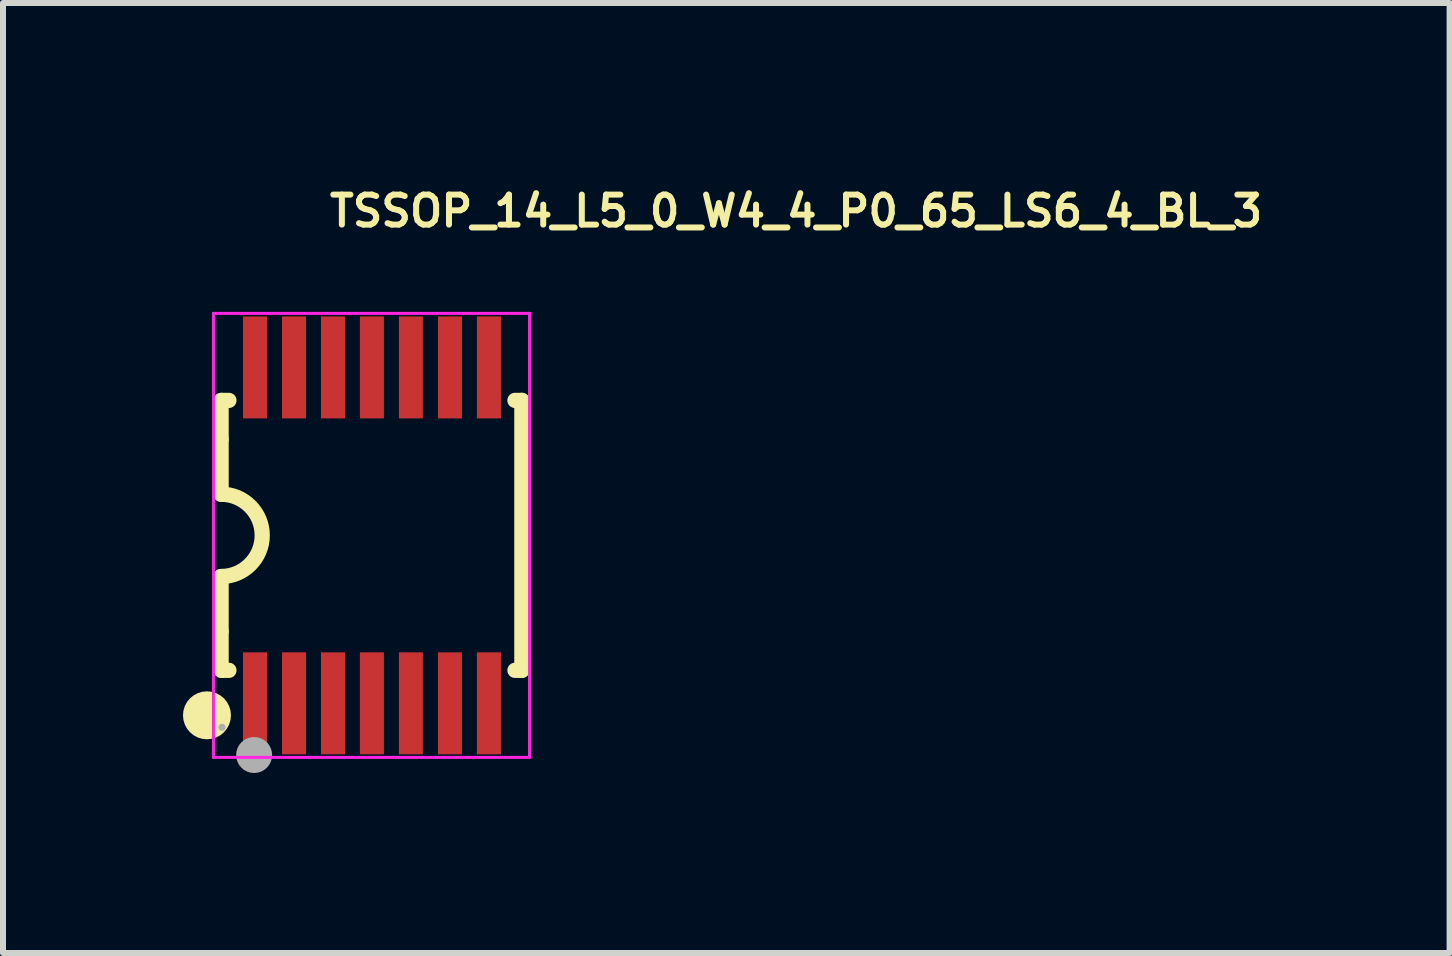
<source format=kicad_pcb>
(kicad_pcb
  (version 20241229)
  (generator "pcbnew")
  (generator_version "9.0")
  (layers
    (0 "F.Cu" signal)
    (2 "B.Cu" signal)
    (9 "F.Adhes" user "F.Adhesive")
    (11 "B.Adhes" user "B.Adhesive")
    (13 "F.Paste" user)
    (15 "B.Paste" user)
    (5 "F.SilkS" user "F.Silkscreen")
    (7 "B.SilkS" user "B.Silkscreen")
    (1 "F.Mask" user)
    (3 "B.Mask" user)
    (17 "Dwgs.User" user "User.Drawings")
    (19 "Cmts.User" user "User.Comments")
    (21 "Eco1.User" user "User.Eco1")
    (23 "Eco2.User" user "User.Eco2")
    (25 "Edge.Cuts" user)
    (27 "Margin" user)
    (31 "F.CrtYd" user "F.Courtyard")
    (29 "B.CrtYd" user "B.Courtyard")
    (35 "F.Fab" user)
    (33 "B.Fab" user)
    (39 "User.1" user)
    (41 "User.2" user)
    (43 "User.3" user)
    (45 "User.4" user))
  (footprint "TSSOP_14_L5_0_W4_4_P0_65_LS6_4_BL_3"
    (layer "F.Cu")
    (at 3.143 5.875)
    (property "Reference" "TSSOP_14_L5_0_W4_4_P0_65_LS6_4_BL_3" (at -0.75 -5.407 0) (layer "F.SilkS") (effects (font (size 0.5 0.5) (thickness 0.1)) (justify left)))
    (fp_line (start -2.507 -1.6) (end -2.507 -2.25) (stroke (width 0.254) (type solid)) (layer "F.SilkS"))
    (fp_line (start -2.507 -0.685) (end -2.507 -1.6) (stroke (width 0.254) (type solid)) (layer "F.SilkS"))
    (fp_line (start -2.507 1.601) (end -2.507 0.686) (stroke (width 0.254) (type solid)) (layer "F.SilkS"))
    (fp_line (start -2.507 1.601) (end -2.507 2.25) (stroke (width 0.254) (type solid)) (layer "F.SilkS"))
    (fp_line (start -2.493 -2.25) (end -2.377 -2.25) (stroke (width 0.254) (type solid)) (layer "F.SilkS"))
    (fp_line (start -2.377 2.25) (end -2.493 2.25) (stroke (width 0.254) (type solid)) (layer "F.SilkS"))
    (fp_line (start 2.392 -2.25) (end 2.507 -2.25) (stroke (width 0.254) (type solid)) (layer "F.SilkS"))
    (fp_line (start 2.507 -2.25) (end 2.507 2.25) (stroke (width 0.254) (type solid)) (layer "F.SilkS"))
    (fp_line (start 2.507 2.25) (end 2.392 2.25) (stroke (width 0.254) (type solid)) (layer "F.SilkS"))
    (fp_arc (start -2.5425 3) (mid -2.9425 3) (end -2.5425 3) (stroke (width 0.4) (type solid)) (layer "F.SilkS"))
    (fp_arc (start -2.5075 -0.686) (mid -1.8215 0) (end -2.5075 0.686) (stroke (width 0.254) (type solid)) (layer "F.SilkS"))
    (fp_line (start -2.635 -3.701) (end -2.635 3.701) (stroke (width 0.05) (type solid)) (layer "F.CrtYd"))
    (fp_line (start -2.635 3.701) (end 2.635 3.701) (stroke (width 0.05) (type solid)) (layer "F.CrtYd"))
    (fp_line (start 2.635 -3.701) (end -2.635 -3.701) (stroke (width 0.05) (type solid)) (layer "F.CrtYd"))
    (fp_line (start 2.635 3.701) (end 2.635 -3.701) (stroke (width 0.05) (type solid)) (layer "F.CrtYd"))
    (fp_arc (start -2.4625 3.2) (mid -2.5225 3.2) (end -2.4625 3.2) (stroke (width 0.06) (type solid)) (layer "F.Fab"))
    (fp_arc (start -1.8065 3.662) (mid -2.1065 3.662) (end -1.8065 3.662) (stroke (width 0.3) (type solid)) (layer "F.Fab"))
    (pad "1" smd rect (at -1.942 2.8) (size 0.4 1.7) (layers "F.Cu" "F.Mask" "F.Paste"))
    (pad "2" smd rect (at -1.292 2.8) (size 0.4 1.7) (layers "F.Cu" "F.Mask" "F.Paste"))
    (pad "3" smd rect (at -0.642 2.8) (size 0.4 1.7) (layers "F.Cu" "F.Mask" "F.Paste"))
    (pad "4" smd rect (at 0.007 2.8) (size 0.4 1.7) (layers "F.Cu" "F.Mask" "F.Paste"))
    (pad "5" smd rect (at 0.657 2.8) (size 0.4 1.7) (layers "F.Cu" "F.Mask" "F.Paste"))
    (pad "6" smd rect (at 1.308 2.8) (size 0.4 1.7) (layers "F.Cu" "F.Mask" "F.Paste"))
    (pad "7" smd rect (at 1.958 2.8) (size 0.4 1.7) (layers "F.Cu" "F.Mask" "F.Paste"))
    (pad "8" smd rect (at 1.958 -2.8) (size 0.4 1.7) (layers "F.Cu" "F.Mask" "F.Paste"))
    (pad "9" smd rect (at 1.308 -2.8) (size 0.4 1.7) (layers "F.Cu" "F.Mask" "F.Paste"))
    (pad "10" smd rect (at 0.657 -2.8) (size 0.4 1.7) (layers "F.Cu" "F.Mask" "F.Paste"))
    (pad "11" smd rect (at 0.007 -2.8) (size 0.4 1.7) (layers "F.Cu" "F.Mask" "F.Paste"))
    (pad "12" smd rect (at -0.642 -2.8) (size 0.4 1.7) (layers "F.Cu" "F.Mask" "F.Paste"))
    (pad "13" smd rect (at -1.292 -2.8) (size 0.4 1.7) (layers "F.Cu" "F.Mask" "F.Paste"))
    (pad "14" smd rect (at -1.942 -2.8) (size 0.4 1.7) (layers "F.Cu" "F.Mask" "F.Paste")))
  (gr_rect
    (start -3 -3)
    (end 21.116 12.837)
    (stroke (width 0.1) (type default))
    (fill no)
    (layer "Edge.Cuts")))
</source>
